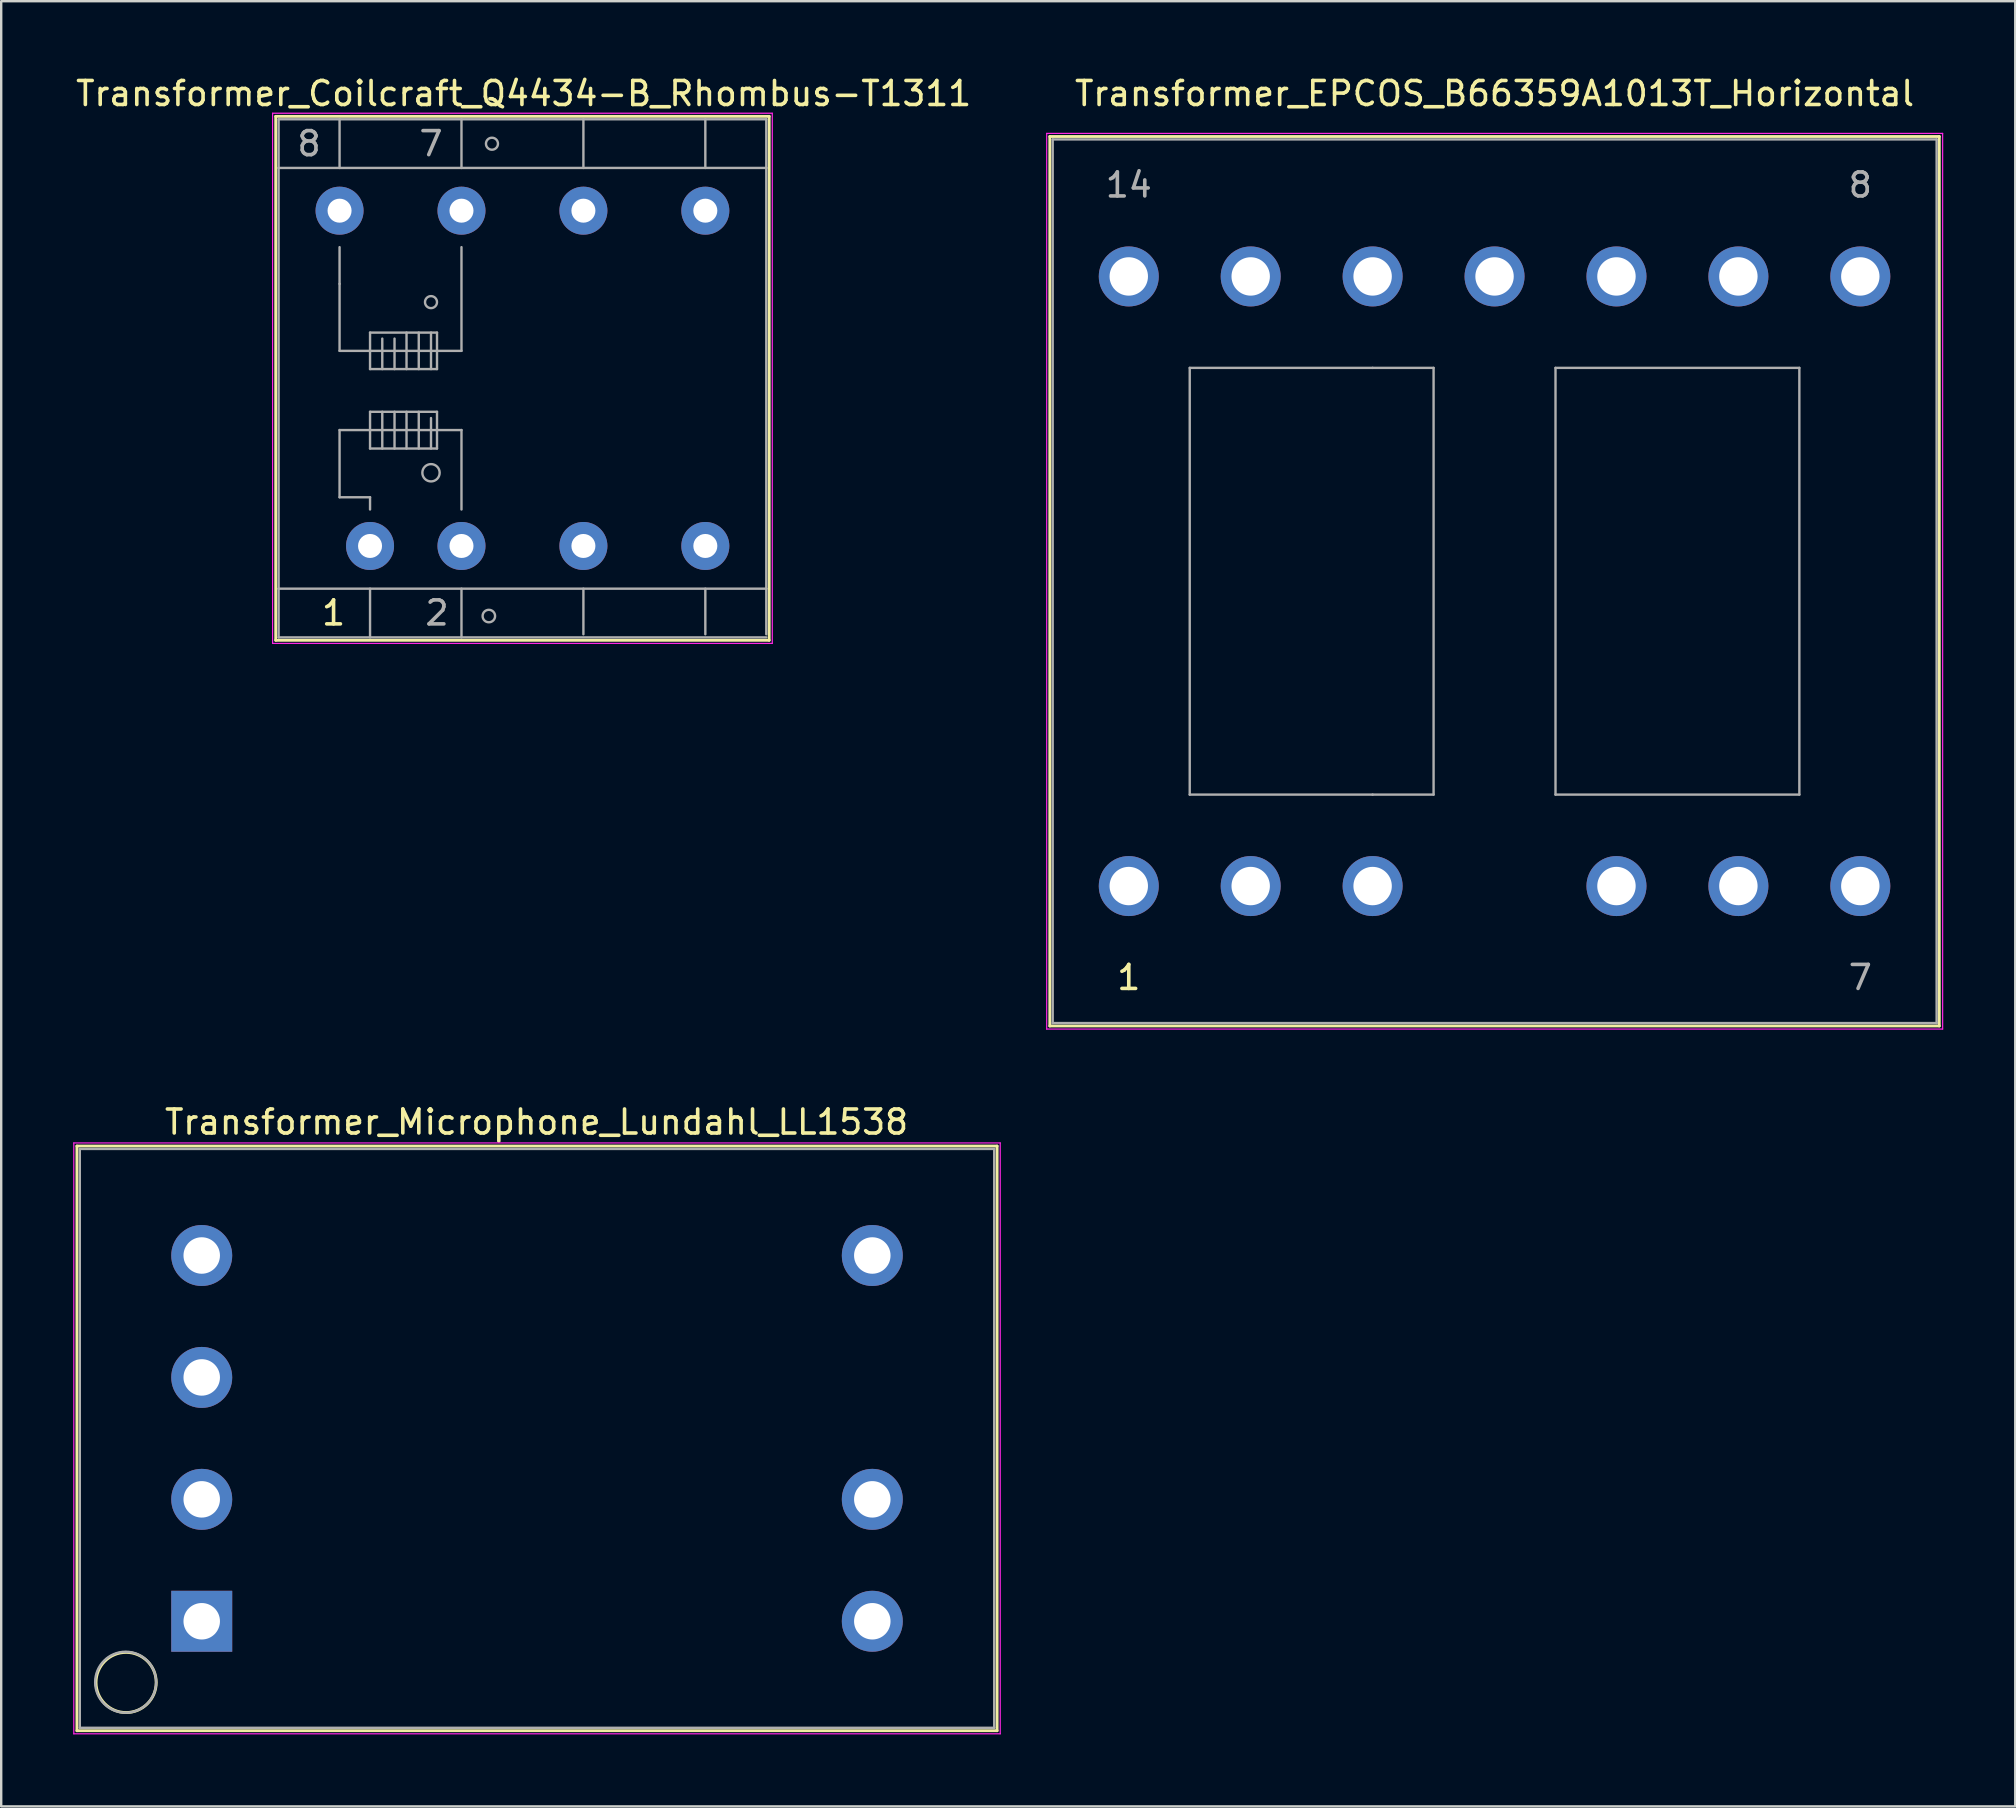
<source format=kicad_pcb>
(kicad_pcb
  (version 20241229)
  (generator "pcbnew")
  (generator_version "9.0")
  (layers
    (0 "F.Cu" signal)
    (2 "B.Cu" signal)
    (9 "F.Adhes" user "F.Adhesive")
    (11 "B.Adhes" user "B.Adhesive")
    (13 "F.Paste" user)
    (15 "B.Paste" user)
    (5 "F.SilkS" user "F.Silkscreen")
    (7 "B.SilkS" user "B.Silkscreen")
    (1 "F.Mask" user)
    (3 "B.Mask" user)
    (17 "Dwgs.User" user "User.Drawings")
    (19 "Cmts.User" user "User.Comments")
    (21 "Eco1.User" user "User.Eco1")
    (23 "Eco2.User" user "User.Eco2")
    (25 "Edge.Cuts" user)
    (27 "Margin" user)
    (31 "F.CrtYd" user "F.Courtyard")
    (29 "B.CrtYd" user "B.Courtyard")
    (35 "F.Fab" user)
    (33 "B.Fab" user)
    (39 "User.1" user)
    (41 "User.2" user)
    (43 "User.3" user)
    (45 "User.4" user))
  (footprint "Transformer_Microphone_Lundahl_LL1538"
    (layer "F.Cu")
    (at 5.355 64.501)
    (property "Reference" "Transformer_Microphone_Lundahl_LL1538" (at 13.95 -20.8 0) (layer "F.SilkS") (effects (font (size 1 1) (thickness 0.15))))
    (attr through_hole)
    (fp_line (start -5.2 -19.8) (end -5.2 4.56) (stroke (width 0.12) (type solid)) (layer "F.SilkS"))
    (fp_line (start -5.2 -19.8) (end 33.14 -19.8) (stroke (width 0.12) (type solid)) (layer "F.SilkS"))
    (fp_line (start 33.14 4.56) (end -5.2 4.56) (stroke (width 0.12) (type solid)) (layer "F.SilkS"))
    (fp_line (start 33.14 4.56) (end 33.14 -19.8) (stroke (width 0.12) (type solid)) (layer "F.SilkS"))
    (fp_circle (center -3.15 2.55) (end -2 3.05) (stroke (width 0.12) (type solid)) (fill no) (layer "F.SilkS"))
    (fp_line (start -5.33 -19.93) (end -5.33 4.69) (stroke (width 0.05) (type solid)) (layer "F.CrtYd"))
    (fp_line (start -5.33 -19.93) (end 33.27 -19.93) (stroke (width 0.05) (type solid)) (layer "F.CrtYd"))
    (fp_line (start 33.27 4.69) (end -5.33 4.69) (stroke (width 0.05) (type solid)) (layer "F.CrtYd"))
    (fp_line (start 33.27 4.69) (end 33.27 -19.93) (stroke (width 0.05) (type solid)) (layer "F.CrtYd"))
    (fp_line (start -5.08 -19.68) (end 33.02 -19.68) (stroke (width 0.1) (type solid)) (layer "F.Fab"))
    (fp_line (start -5.08 4.44) (end -5.08 -19.68) (stroke (width 0.1) (type solid)) (layer "F.Fab"))
    (fp_line (start 33.02 -19.68) (end 33.02 4.44) (stroke (width 0.1) (type solid)) (layer "F.Fab"))
    (fp_line (start 33.02 4.44) (end -5.08 4.44) (stroke (width 0.1) (type solid)) (layer "F.Fab"))
    (fp_circle (center -3.17 2.54) (end -3.17 1.27) (stroke (width 0.1) (type solid)) (fill no) (layer "F.Fab"))
    (pad "1" thru_hole rect (at 0 0) (size 2.54 2.54) (drill 1.52) (layers "*.Cu" "*.Mask"))
    (pad "2" thru_hole circle (at 0 -5.08) (size 2.54 2.54) (drill 1.52) (layers "*.Cu" "*.Mask"))
    (pad "3" thru_hole circle (at 0 -10.16) (size 2.54 2.54) (drill 1.52) (layers "*.Cu" "*.Mask"))
    (pad "4" thru_hole circle (at 0 -15.24) (size 2.54 2.54) (drill 1.52) (layers "*.Cu" "*.Mask"))
    (pad "5" thru_hole circle (at 27.94 0) (size 2.54 2.54) (drill 1.52) (layers "*.Cu" "*.Mask"))
    (pad "6" thru_hole circle (at 27.94 -5.08) (size 2.54 2.54) (drill 1.52) (layers "*.Cu" "*.Mask"))
    (pad "8" thru_hole circle (at 27.94 -15.24) (size 2.54 2.54) (drill 1.52) (layers "*.Cu" "*.Mask")))
  (footprint "Transformer_Coilcraft_Q4434-B_Rhombus-T1311"
    (layer "F.Cu")
    (at 12.368 19.698)
    (property "Reference" "Transformer_Coilcraft_Q4434-B_Rhombus-T1311" (at 6.4 -18.85 0) (layer "F.SilkS") (effects (font (size 1 1) (thickness 0.15))))
    (attr through_hole)
    (fp_line (start -3.93 -17.9) (end -3.93 3.93) (stroke (width 0.12) (type solid)) (layer "F.SilkS"))
    (fp_line (start -3.93 -17.9) (end 16.63 -17.9) (stroke (width 0.12) (type solid)) (layer "F.SilkS"))
    (fp_line (start 16.63 3.93) (end -3.93 3.93) (stroke (width 0.12) (type solid)) (layer "F.SilkS"))
    (fp_line (start 16.63 3.93) (end 16.63 -17.9) (stroke (width 0.12) (type solid)) (layer "F.SilkS"))
    (fp_line (start -4.06 -18.03) (end -4.06 4.06) (stroke (width 0.05) (type solid)) (layer "F.CrtYd"))
    (fp_line (start -4.06 -18.03) (end 16.76 -18.03) (stroke (width 0.05) (type solid)) (layer "F.CrtYd"))
    (fp_line (start 16.76 4.06) (end -4.06 4.06) (stroke (width 0.05) (type solid)) (layer "F.CrtYd"))
    (fp_line (start 16.76 4.06) (end 16.76 -18.03) (stroke (width 0.05) (type solid)) (layer "F.CrtYd"))
    (fp_line (start -3.81 -17.78) (end -3.81 -15.75) (stroke (width 0.1) (type solid)) (layer "F.Fab"))
    (fp_line (start -3.81 -15.75) (end -3.81 1.78) (stroke (width 0.1) (type solid)) (layer "F.Fab"))
    (fp_line (start -3.81 1.78) (end -3.81 3.81) (stroke (width 0.1) (type solid)) (layer "F.Fab"))
    (fp_line (start -3.81 1.78) (end 16.51 1.78) (stroke (width 0.1) (type solid)) (layer "F.Fab"))
    (fp_line (start -3.81 3.81) (end 16.51 3.81) (stroke (width 0.1) (type solid)) (layer "F.Fab"))
    (fp_line (start -1.27 -15.75) (end -1.27 -17.78) (stroke (width 0.1) (type solid)) (layer "F.Fab"))
    (fp_line (start -1.27 -12.45) (end -1.27 -10.92) (stroke (width 0.1) (type solid)) (layer "F.Fab"))
    (fp_line (start -1.27 -10.92) (end -1.27 -8.13) (stroke (width 0.1) (type solid)) (layer "F.Fab"))
    (fp_line (start -1.27 -8.13) (end 3.81 -8.13) (stroke (width 0.1) (type solid)) (layer "F.Fab"))
    (fp_line (start -1.27 -4.83) (end -1.27 -2.03) (stroke (width 0.1) (type solid)) (layer "F.Fab"))
    (fp_line (start -1.27 -2.03) (end 0 -2.03) (stroke (width 0.1) (type solid)) (layer "F.Fab"))
    (fp_line (start 0 -8.89) (end 2.79 -8.89) (stroke (width 0.1) (type solid)) (layer "F.Fab"))
    (fp_line (start 0 -7.37) (end 0 -8.89) (stroke (width 0.1) (type solid)) (layer "F.Fab"))
    (fp_line (start 0 -5.59) (end 0 -4.06) (stroke (width 0.1) (type solid)) (layer "F.Fab"))
    (fp_line (start 0 -4.83) (end -1.27 -4.83) (stroke (width 0.1) (type solid)) (layer "F.Fab"))
    (fp_line (start 0 -4.83) (end 3.81 -4.83) (stroke (width 0.1) (type solid)) (layer "F.Fab"))
    (fp_line (start 0 -4.06) (end 2.79 -4.06) (stroke (width 0.1) (type solid)) (layer "F.Fab"))
    (fp_line (start 0 -2.03) (end 0 -1.52) (stroke (width 0.1) (type solid)) (layer "F.Fab"))
    (fp_line (start 0 1.78) (end 0 3.81) (stroke (width 0.1) (type solid)) (layer "F.Fab"))
    (fp_line (start 0.51 -8.64) (end 0.51 -7.37) (stroke (width 0.1) (type solid)) (layer "F.Fab"))
    (fp_line (start 0.51 -5.59) (end 0.51 -4.06) (stroke (width 0.1) (type solid)) (layer "F.Fab"))
    (fp_line (start 1.02 -8.64) (end 1.02 -7.37) (stroke (width 0.1) (type solid)) (layer "F.Fab"))
    (fp_line (start 1.02 -5.59) (end 1.02 -4.06) (stroke (width 0.1) (type solid)) (layer "F.Fab"))
    (fp_line (start 1.52 -8.89) (end 1.52 -7.37) (stroke (width 0.1) (type solid)) (layer "F.Fab"))
    (fp_line (start 1.52 -5.59) (end 1.52 -4.06) (stroke (width 0.1) (type solid)) (layer "F.Fab"))
    (fp_line (start 2.03 -8.89) (end 2.03 -7.37) (stroke (width 0.1) (type solid)) (layer "F.Fab"))
    (fp_line (start 2.03 -5.59) (end 2.03 -4.06) (stroke (width 0.1) (type solid)) (layer "F.Fab"))
    (fp_line (start 2.54 -8.89) (end 2.54 -7.37) (stroke (width 0.1) (type solid)) (layer "F.Fab"))
    (fp_line (start 2.54 -5.33) (end 2.54 -4.06) (stroke (width 0.1) (type solid)) (layer "F.Fab"))
    (fp_line (start 2.79 -8.89) (end 2.79 -7.37) (stroke (width 0.1) (type solid)) (layer "F.Fab"))
    (fp_line (start 2.79 -7.37) (end 0 -7.37) (stroke (width 0.1) (type solid)) (layer "F.Fab"))
    (fp_line (start 2.79 -5.59) (end 0 -5.59) (stroke (width 0.1) (type solid)) (layer "F.Fab"))
    (fp_line (start 2.79 -4.06) (end 2.79 -5.59) (stroke (width 0.1) (type solid)) (layer "F.Fab"))
    (fp_line (start 3.81 -15.75) (end 3.81 -17.78) (stroke (width 0.1) (type solid)) (layer "F.Fab"))
    (fp_line (start 3.81 -8.13) (end 3.81 -12.45) (stroke (width 0.1) (type solid)) (layer "F.Fab"))
    (fp_line (start 3.81 -4.83) (end 3.81 -1.52) (stroke (width 0.1) (type solid)) (layer "F.Fab"))
    (fp_line (start 3.81 1.78) (end 3.81 3.81) (stroke (width 0.1) (type solid)) (layer "F.Fab"))
    (fp_line (start 8.89 -15.75) (end 8.89 -17.78) (stroke (width 0.1) (type solid)) (layer "F.Fab"))
    (fp_line (start 8.89 1.78) (end 8.89 3.68) (stroke (width 0.1) (type solid)) (layer "F.Fab"))
    (fp_line (start 13.97 -15.75) (end 13.97 -17.78) (stroke (width 0.1) (type solid)) (layer "F.Fab"))
    (fp_line (start 13.97 1.78) (end 13.97 3.68) (stroke (width 0.1) (type solid)) (layer "F.Fab"))
    (fp_line (start 16.51 -17.78) (end -3.81 -17.78) (stroke (width 0.1) (type solid)) (layer "F.Fab"))
    (fp_line (start 16.51 -17.78) (end 16.51 -15.75) (stroke (width 0.1) (type solid)) (layer "F.Fab"))
    (fp_line (start 16.51 -15.75) (end -3.81 -15.75) (stroke (width 0.1) (type solid)) (layer "F.Fab"))
    (fp_line (start 16.51 1.78) (end 16.51 -15.75) (stroke (width 0.1) (type solid)) (layer "F.Fab"))
    (fp_line (start 16.51 1.78) (end 16.51 3.68) (stroke (width 0.1) (type solid)) (layer "F.Fab"))
    (fp_circle (center 2.54 -10.16) (end 2.54 -9.91) (stroke (width 0.1) (type solid)) (fill no) (layer "F.Fab"))
    (fp_circle (center 2.54 -3.05) (end 2.79 -2.79) (stroke (width 0.1) (type solid)) (fill no) (layer "F.Fab"))
    (fp_circle (center 4.95 2.92) (end 4.95 3.18) (stroke (width 0.1) (type solid)) (fill no) (layer "F.Fab"))
    (fp_circle (center 5.08 -16.76) (end 5.08 -16.51) (stroke (width 0.1) (type solid)) (fill no) (layer "F.Fab"))
    (fp_text user "1" (at -1.52 2.79 0) (layer "F.SilkS") (effects (font (size 1 1) (thickness 0.15))))
    (fp_text user "7" (at 2.54 -16.76 0) (layer "F.Fab") (effects (font (size 1 1) (thickness 0.15))))
    (fp_text user "2" (at 2.79 2.79 0) (layer "F.Fab") (effects (font (size 1 1) (thickness 0.15))))
    (fp_text user "8" (at -2.54 -16.76 0) (layer "F.Fab") (effects (font (size 1 1) (thickness 0.15))))
    (pad "1" thru_hole circle (at 0 0) (size 2 2) (drill 1) (layers "*.Cu" "*.Mask"))
    (pad "2" thru_hole circle (at 3.81 0) (size 2 2) (drill 1) (layers "*.Cu" "*.Mask"))
    (pad "3" thru_hole circle (at 8.89 0) (size 2 2) (drill 1) (layers "*.Cu" "*.Mask"))
    (pad "4" thru_hole circle (at 13.97 0) (size 2 2) (drill 1) (layers "*.Cu" "*.Mask"))
    (pad "5" thru_hole circle (at 13.97 -13.97) (size 2 2) (drill 1) (layers "*.Cu" "*.Mask"))
    (pad "6" thru_hole circle (at 8.89 -13.97) (size 2 2) (drill 1) (layers "*.Cu" "*.Mask"))
    (pad "7" thru_hole circle (at 3.81 -13.97) (size 2 2) (drill 1) (layers "*.Cu" "*.Mask"))
    (pad "8" thru_hole circle (at -1.27 -13.97) (size 2 2) (drill 1) (layers "*.Cu" "*.Mask")))
  (footprint "Transformer_EPCOS_B66359A1013T_Horizontal"
    (layer "F.Cu")
    (at 43.981 33.868)
    (property "Reference" "Transformer_EPCOS_B66359A1013T_Horizontal" (at 15.24 -33.02 0) (layer "F.SilkS") (effects (font (size 1 1) (thickness 0.15))))
    (attr through_hole)
    (fp_line (start -3.29 -31.23) (end -3.29 5.83) (stroke (width 0.12) (type solid)) (layer "F.SilkS"))
    (fp_line (start -3.29 -31.23) (end 33.77 -31.23) (stroke (width 0.12) (type solid)) (layer "F.SilkS"))
    (fp_line (start 33.77 5.83) (end -3.29 5.83) (stroke (width 0.12) (type solid)) (layer "F.SilkS"))
    (fp_line (start 33.77 5.83) (end 33.77 -31.23) (stroke (width 0.12) (type solid)) (layer "F.SilkS"))
    (fp_line (start -3.42 -31.36) (end -3.42 5.96) (stroke (width 0.05) (type solid)) (layer "F.CrtYd"))
    (fp_line (start -3.42 -31.36) (end 33.91 -31.36) (stroke (width 0.05) (type solid)) (layer "F.CrtYd"))
    (fp_line (start 33.91 5.96) (end -3.42 5.96) (stroke (width 0.05) (type solid)) (layer "F.CrtYd"))
    (fp_line (start 33.91 5.96) (end 33.91 -31.36) (stroke (width 0.05) (type solid)) (layer "F.CrtYd"))
    (fp_line (start -3.17 -31.11) (end 33.66 -31.11) (stroke (width 0.1) (type solid)) (layer "F.Fab"))
    (fp_line (start -3.17 5.71) (end -3.17 -31.11) (stroke (width 0.1) (type solid)) (layer "F.Fab"))
    (fp_line (start 2.54 -21.59) (end 2.54 -3.81) (stroke (width 0.1) (type solid)) (layer "F.Fab"))
    (fp_line (start 2.54 -3.81) (end 10.16 -3.81) (stroke (width 0.1) (type solid)) (layer "F.Fab"))
    (fp_line (start 10.16 -21.59) (end 2.54 -21.59) (stroke (width 0.1) (type solid)) (layer "F.Fab"))
    (fp_line (start 10.16 -21.59) (end 12.7 -21.59) (stroke (width 0.1) (type solid)) (layer "F.Fab"))
    (fp_line (start 12.7 -21.59) (end 12.7 -3.81) (stroke (width 0.1) (type solid)) (layer "F.Fab"))
    (fp_line (start 12.7 -3.81) (end 10.16 -3.81) (stroke (width 0.1) (type solid)) (layer "F.Fab"))
    (fp_line (start 17.78 -21.59) (end 17.78 -3.81) (stroke (width 0.1) (type solid)) (layer "F.Fab"))
    (fp_line (start 17.78 -3.81) (end 27.94 -3.81) (stroke (width 0.1) (type solid)) (layer "F.Fab"))
    (fp_line (start 27.94 -21.59) (end 17.78 -21.59) (stroke (width 0.1) (type solid)) (layer "F.Fab"))
    (fp_line (start 27.94 -3.81) (end 27.94 -21.59) (stroke (width 0.1) (type solid)) (layer "F.Fab"))
    (fp_line (start 33.66 -31.11) (end 33.66 5.71) (stroke (width 0.1) (type solid)) (layer "F.Fab"))
    (fp_line (start 33.66 5.71) (end -3.17 5.71) (stroke (width 0.1) (type solid)) (layer "F.Fab"))
    (fp_text user "1" (at 0 3.81 0) (layer "F.SilkS") (effects (font (size 1 1) (thickness 0.15))))
    (fp_text user "8" (at 30.48 -29.21 0) (layer "F.Fab") (effects (font (size 1 1) (thickness 0.15))))
    (fp_text user "7" (at 30.48 3.81 0) (layer "F.Fab") (effects (font (size 1 1) (thickness 0.15))))
    (fp_text user "14" (at 0 -29.21 0) (layer "F.Fab") (effects (font (size 1 1) (thickness 0.15))))
    (pad "1" thru_hole circle (at 0 0) (size 2.5 2.5) (drill 1.6) (layers "*.Cu" "*.Mask"))
    (pad "2" thru_hole circle (at 5.08 0) (size 2.5 2.5) (drill 1.6) (layers "*.Cu" "*.Mask"))
    (pad "3" thru_hole circle (at 10.16 0) (size 2.5 2.5) (drill 1.6) (layers "*.Cu" "*.Mask"))
    (pad "5" thru_hole circle (at 20.32 0) (size 2.5 2.5) (drill 1.6) (layers "*.Cu" "*.Mask"))
    (pad "6" thru_hole circle (at 25.4 0) (size 2.5 2.5) (drill 1.6) (layers "*.Cu" "*.Mask"))
    (pad "7" thru_hole circle (at 30.48 0) (size 2.5 2.5) (drill 1.6) (layers "*.Cu" "*.Mask"))
    (pad "8" thru_hole circle (at 30.48 -25.4) (size 2.5 2.5) (drill 1.6) (layers "*.Cu" "*.Mask"))
    (pad "9" thru_hole circle (at 25.4 -25.4) (size 2.5 2.5) (drill 1.6) (layers "*.Cu" "*.Mask"))
    (pad "10" thru_hole circle (at 20.32 -25.4) (size 2.5 2.5) (drill 1.6) (layers "*.Cu" "*.Mask"))
    (pad "11" thru_hole circle (at 15.24 -25.4) (size 2.5 2.5) (drill 1.6) (layers "*.Cu" "*.Mask"))
    (pad "12" thru_hole circle (at 10.16 -25.4) (size 2.5 2.5) (drill 1.6) (layers "*.Cu" "*.Mask"))
    (pad "13" thru_hole circle (at 5.08 -25.4) (size 2.5 2.5) (drill 1.6) (layers "*.Cu" "*.Mask"))
    (pad "14" thru_hole circle (at 0 -25.4) (size 2.5 2.5) (drill 1.6) (layers "*.Cu" "*.Mask")))
  (gr_rect
    (start -3 -3)
    (end 80.916 72.216)
    (stroke (width 0.1) (type default))
    (fill no)
    (layer "Edge.Cuts")))
</source>
